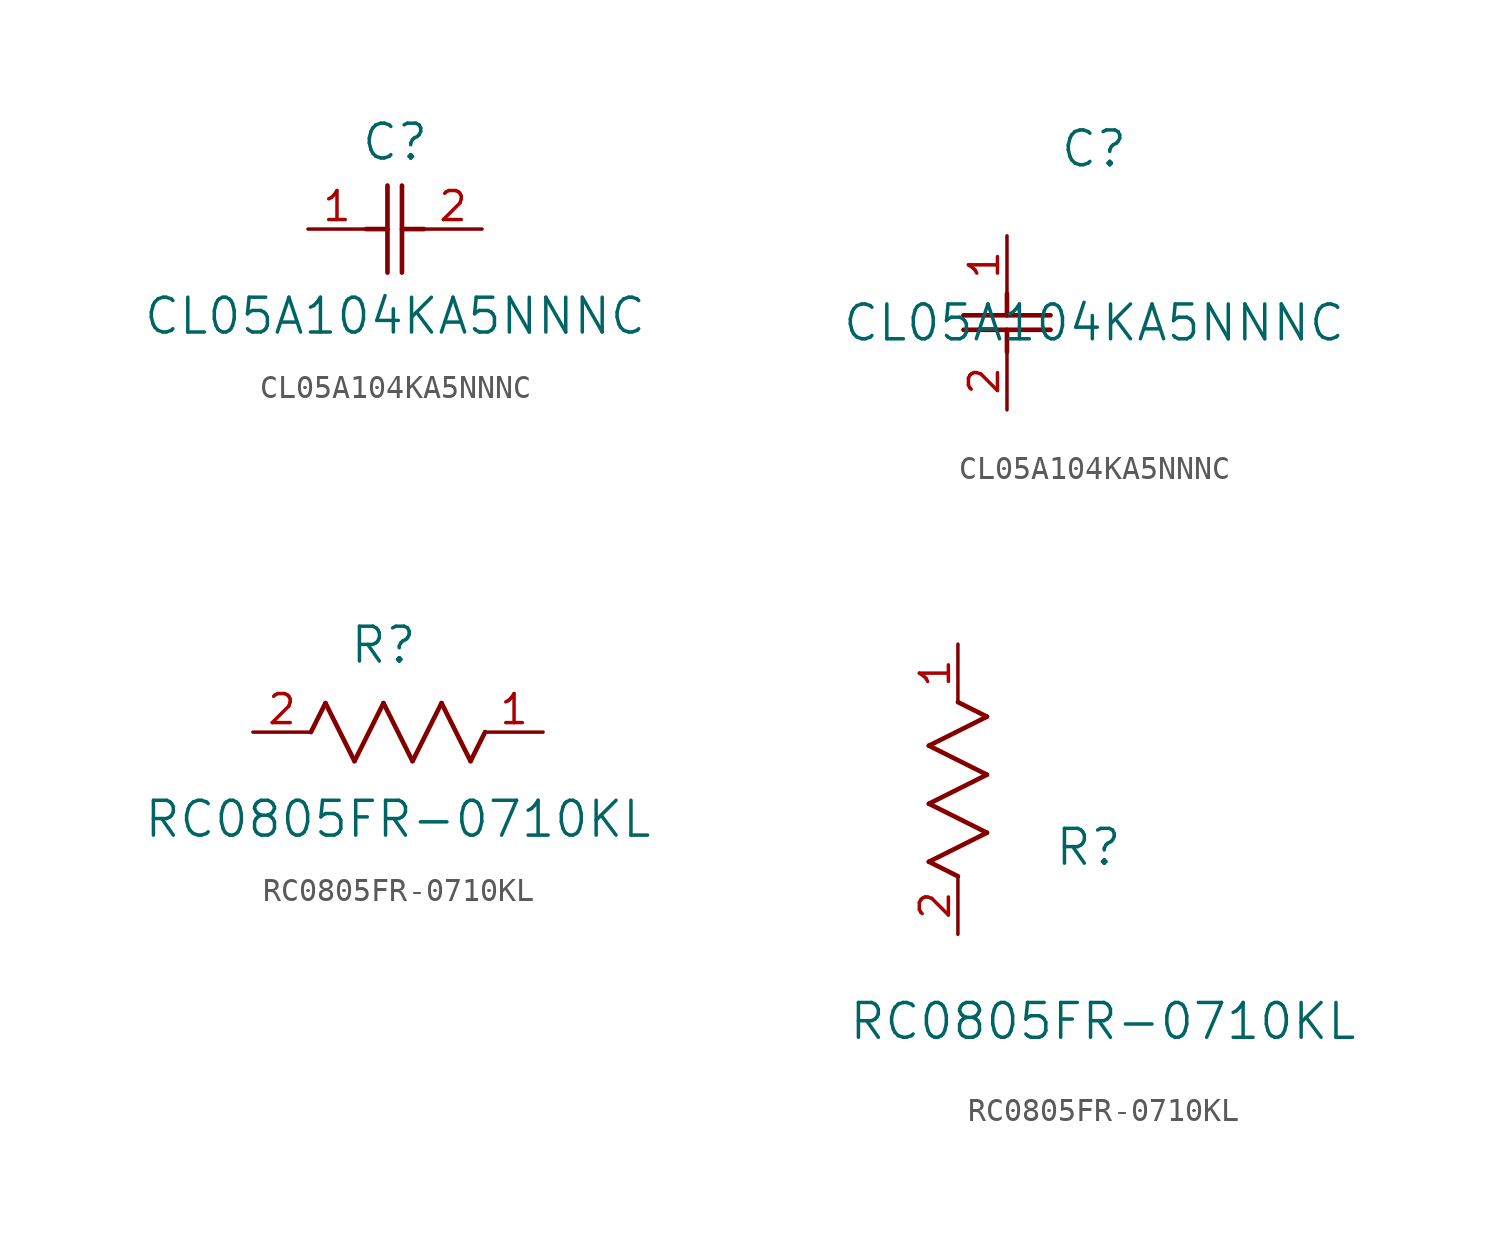
<source format=kicad_sym>
(kicad_symbol_lib
  (version 20211014)
  (generator kicad_symbol_editor)
  (symbol "CL05A104KA5NNNC"
    (pin_names
      (offset 0.254))
    (property "Reference" "C"
      (at 3.81 3.81 0)
      (effects (font (size 1.524 1.524))))
    (property "Value" "CL05A104KA5NNNC"
      (at 3.81 -3.81 0)
      (effects (font (size 1.524 1.524))))
    (symbol "CL05A104KA5NNNC_1_1"
      (polyline (pts (xy 3.48 -1.905) (xy 3.48 1.905)) (stroke (width 0.203) (type default) (color 0 0 0 0)) (fill (type none)))
      (polyline (pts (xy 4.115 -1.905) (xy 4.115 1.905)) (stroke (width 0.203) (type default) (color 0 0 0 0)) (fill (type none)))
      (polyline (pts (xy 4.115 0) (xy 5.08 0)) (stroke (width 0.203) (type default) (color 0 0 0 0)) (fill (type none)))
      (polyline (pts (xy 2.54 0) (xy 3.48 0)) (stroke (width 0.203) (type default) (color 0 0 0 0)) (fill (type none)))
      (pin unspecified line (at 0 0 0) (length 2.54) (name "" (effects (font (size 1.27 1.27)))) (number "1" (effects (font (size 1.27 1.27)))))
      (pin unspecified line (at 7.62 0 180) (length 2.54) (name "" (effects (font (size 1.27 1.27)))) (number "2" (effects (font (size 1.27 1.27))))))
    (symbol "CL05A104KA5NNNC_1_2"
      (polyline (pts (xy -1.905 -3.48) (xy 1.905 -3.48)) (stroke (width 0.203) (type default) (color 0 0 0 0)) (fill (type none)))
      (polyline (pts (xy -1.905 -4.115) (xy 1.905 -4.115)) (stroke (width 0.203) (type default) (color 0 0 0 0)) (fill (type none)))
      (polyline (pts (xy 0 -4.115) (xy 0 -5.08)) (stroke (width 0.203) (type default) (color 0 0 0 0)) (fill (type none)))
      (polyline (pts (xy 0 -2.54) (xy 0 -3.48)) (stroke (width 0.203) (type default) (color 0 0 0 0)) (fill (type none)))
      (pin unspecified line (at 0 0 270) (length 2.54) (name "" (effects (font (size 1.27 1.27)))) (number "1" (effects (font (size 1.27 1.27)))))
      (pin unspecified line (at 0 -7.62 90) (length 2.54) (name "" (effects (font (size 1.27 1.27)))) (number "2" (effects (font (size 1.27 1.27)))))))
  (symbol "RC0805FR-0710KL"
    (pin_names
      (offset 0.254))
    (property "Reference" "R"
      (at 5.715 3.81 0)
      (effects (font (size 1.524 1.524))))
    (property "Value" "RC0805FR-0710KL"
      (at 6.35 -3.81 0)
      (effects (font (size 1.524 1.524))))
    (symbol "RC0805FR-0710KL_1_1"
      (polyline (pts (xy 3.175 1.27) (xy 4.445 -1.27)) (stroke (width 0.203) (type default) (color 0 0 0 0)) (fill (type none)))
      (polyline (pts (xy 4.445 -1.27) (xy 5.715 1.27)) (stroke (width 0.203) (type default) (color 0 0 0 0)) (fill (type none)))
      (polyline (pts (xy 5.715 1.27) (xy 6.985 -1.27)) (stroke (width 0.203) (type default) (color 0 0 0 0)) (fill (type none)))
      (polyline (pts (xy 6.985 -1.27) (xy 8.255 1.27)) (stroke (width 0.203) (type default) (color 0 0 0 0)) (fill (type none)))
      (polyline (pts (xy 8.255 1.27) (xy 9.525 -1.27)) (stroke (width 0.203) (type default) (color 0 0 0 0)) (fill (type none)))
      (polyline (pts (xy 2.54 0) (xy 3.175 1.27)) (stroke (width 0.203) (type default) (color 0 0 0 0)) (fill (type none)))
      (polyline (pts (xy 9.525 -1.27) (xy 10.16 0)) (stroke (width 0.203) (type default) (color 0 0 0 0)) (fill (type none)))
      (pin unspecified line (at 12.7 0 180) (length 2.54) (name "" (effects (font (size 1.27 1.27)))) (number "1" (effects (font (size 1.27 1.27)))))
      (pin unspecified line (at 0 0 0) (length 2.54) (name "" (effects (font (size 1.27 1.27)))) (number "2" (effects (font (size 1.27 1.27))))))
    (symbol "RC0805FR-0710KL_1_2"
      (polyline (pts (xy 0 2.54) (xy -1.27 3.175)) (stroke (width 0.203) (type default) (color 0 0 0 0)) (fill (type none)))
      (polyline (pts (xy -1.27 3.175) (xy 1.27 4.445)) (stroke (width 0.203) (type default) (color 0 0 0 0)) (fill (type none)))
      (polyline (pts (xy 1.27 4.445) (xy -1.27 5.715)) (stroke (width 0.203) (type default) (color 0 0 0 0)) (fill (type none)))
      (polyline (pts (xy -1.27 5.715) (xy 1.27 6.985)) (stroke (width 0.203) (type default) (color 0 0 0 0)) (fill (type none)))
      (polyline (pts (xy -1.27 8.255) (xy 1.27 9.525)) (stroke (width 0.203) (type default) (color 0 0 0 0)) (fill (type none)))
      (polyline (pts (xy 1.27 9.525) (xy 0 10.16)) (stroke (width 0.203) (type default) (color 0 0 0 0)) (fill (type none)))
      (polyline (pts (xy 1.27 6.985) (xy -1.27 8.255)) (stroke (width 0.203) (type default) (color 0 0 0 0)) (fill (type none)))
      (pin unspecified line (at 0 12.7 270) (length 2.54) (name "" (effects (font (size 1.27 1.27)))) (number "1" (effects (font (size 1.27 1.27)))))
      (pin unspecified line (at 0 0 90) (length 2.54) (name "" (effects (font (size 1.27 1.27)))) (number "2" (effects (font (size 1.27 1.27))))))))
</source>
